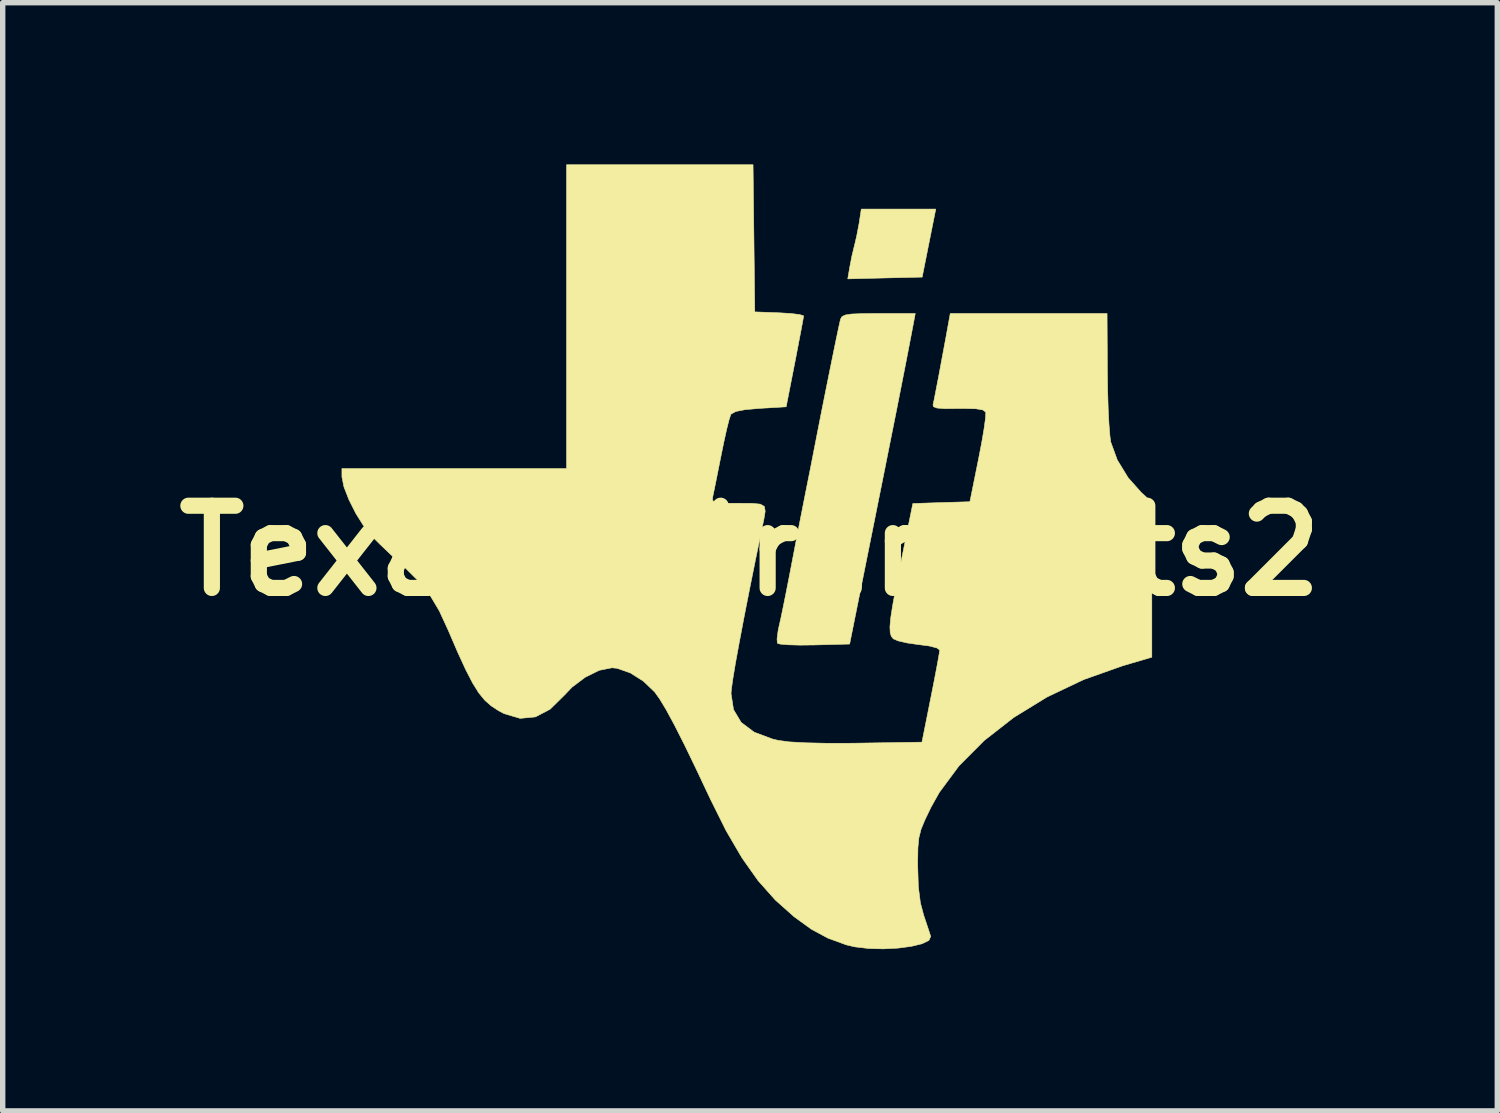
<source format=kicad_pcb>
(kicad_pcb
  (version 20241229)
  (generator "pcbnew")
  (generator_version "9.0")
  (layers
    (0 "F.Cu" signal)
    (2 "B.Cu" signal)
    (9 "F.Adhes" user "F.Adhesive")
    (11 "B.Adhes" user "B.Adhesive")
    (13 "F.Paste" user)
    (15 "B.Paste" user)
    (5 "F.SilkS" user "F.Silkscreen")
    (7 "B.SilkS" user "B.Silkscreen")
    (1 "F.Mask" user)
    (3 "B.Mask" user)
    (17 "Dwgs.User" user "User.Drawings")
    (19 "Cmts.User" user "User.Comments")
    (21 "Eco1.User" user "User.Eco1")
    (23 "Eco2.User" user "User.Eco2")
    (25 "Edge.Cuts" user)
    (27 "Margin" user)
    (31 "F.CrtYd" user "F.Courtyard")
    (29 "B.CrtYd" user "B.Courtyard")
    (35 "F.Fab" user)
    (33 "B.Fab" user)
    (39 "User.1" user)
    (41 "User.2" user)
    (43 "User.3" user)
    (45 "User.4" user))
  (footprint "TexasInstruments2"
    (layer "F.Cu")
    (at 10.857 7.162)
    (property "Reference" "TexasInstruments2" (at 0 0 0) (layer "F.SilkS") (effects (font (size 1.524 1.524) (thickness 0.3))))
    (attr through_hole)
    (fp_poly (pts (xy 3.318 -5.705) (xy 3.192 -5.074) (xy 2.502 -5.058) (xy 1.812 -5.041) (xy 1.85 -5.263) (xy 1.889 -5.465) (xy 1.934 -5.652) (xy 1.937 -5.661) (xy 1.978 -5.837) (xy 2.018 -6.046) (xy 2.025 -6.086) (xy 2.063 -6.335) (xy 3.444 -6.335) (xy 3.318 -5.705)) (stroke (width 0.01) (type solid)) (fill yes) (layer "F.SilkS"))
    (fp_poly (pts (xy 3.034 -4.238) (xy 2.991 -4.013) (xy 2.94 -3.748) (xy 2.879 -3.433) (xy 2.805 -3.057) (xy 2.717 -2.609) (xy 2.611 -2.08) (xy 2.487 -1.458) (xy 2.341 -0.732) (xy 2.33 -0.675) (xy 1.847 1.73) (xy 1.192 1.747) (xy 0.927 1.75) (xy 0.708 1.744) (xy 0.559 1.731) (xy 0.507 1.715) (xy 0.501 1.632) (xy 0.521 1.481) (xy 0.537 1.405) (xy 0.57 1.259) (xy 0.608 1.077) (xy 0.656 0.84) (xy 0.717 0.532) (xy 0.793 0.137) (xy 0.853 -0.176) (xy 0.91 -0.469) (xy 0.973 -0.789) (xy 1.02 -1.027) (xy 1.075 -1.302) (xy 1.133 -1.594) (xy 1.171 -1.789) (xy 1.24 -2.142) (xy 1.314 -2.52) (xy 1.391 -2.905) (xy 1.466 -3.277) (xy 1.535 -3.618) (xy 1.595 -3.91) (xy 1.642 -4.133) (xy 1.672 -4.268) (xy 1.679 -4.297) (xy 1.705 -4.341) (xy 1.765 -4.371) (xy 1.879 -4.389) (xy 2.069 -4.397) (xy 2.353 -4.4) (xy 2.386 -4.4) (xy 3.064 -4.4) (xy 3.034 -4.238)) (stroke (width 0.01) (type solid)) (fill yes) (layer "F.SilkS"))
    (fp_poly (pts (xy 0.072 -5.793) (xy 0.088 -4.429) (xy 0.543 -4.412) (xy 0.756 -4.399) (xy 0.915 -4.38) (xy 0.991 -4.358) (xy 0.994 -4.353) (xy 0.982 -4.283) (xy 0.952 -4.121) (xy 0.907 -3.886) (xy 0.853 -3.602) (xy 0.831 -3.49) (xy 0.67 -2.669) (xy 0.18 -2.64) (xy -0.093 -2.616) (xy -0.264 -2.582) (xy -0.349 -2.535) (xy -0.358 -2.522) (xy -0.388 -2.431) (xy -0.433 -2.253) (xy -0.486 -2.013) (xy -0.532 -1.789) (xy -0.587 -1.515) (xy -0.635 -1.273) (xy -0.672 -1.092) (xy -0.689 -1.012) (xy -0.697 -0.948) (xy -0.675 -0.909) (xy -0.599 -0.889) (xy -0.449 -0.881) (xy -0.212 -0.88) (xy 0.039 -0.879) (xy 0.192 -0.864) (xy 0.267 -0.82) (xy 0.281 -0.731) (xy 0.256 -0.579) (xy 0.239 -0.499) (xy 0.108 0.134) (xy -0.01 0.719) (xy -0.114 1.247) (xy -0.201 1.707) (xy -0.271 2.089) (xy -0.32 2.384) (xy -0.347 2.58) (xy -0.352 2.649) (xy -0.306 2.946) (xy -0.164 3.183) (xy 0.077 3.364) (xy 0.419 3.492) (xy 0.528 3.517) (xy 0.729 3.544) (xy 1.034 3.561) (xy 1.431 3.57) (xy 1.906 3.569) (xy 2.019 3.567) (xy 3.188 3.549) (xy 3.352 2.728) (xy 3.411 2.429) (xy 3.461 2.169) (xy 3.497 1.971) (xy 3.516 1.857) (xy 3.518 1.842) (xy 3.464 1.802) (xy 3.319 1.765) (xy 3.132 1.741) (xy 2.919 1.711) (xy 2.746 1.671) (xy 2.657 1.633) (xy 2.62 1.588) (xy 2.599 1.519) (xy 2.594 1.411) (xy 2.608 1.25) (xy 2.643 1.023) (xy 2.699 0.716) (xy 2.778 0.313) (xy 2.82 0.105) (xy 3.019 -0.876) (xy 3.548 -0.893) (xy 4.077 -0.909) (xy 4.237 -1.701) (xy 4.294 -1.996) (xy 4.338 -2.253) (xy 4.365 -2.448) (xy 4.372 -2.558) (xy 4.37 -2.57) (xy 4.317 -2.611) (xy 4.186 -2.633) (xy 3.96 -2.638) (xy 3.857 -2.637) (xy 3.613 -2.635) (xy 3.467 -2.646) (xy 3.401 -2.671) (xy 3.393 -2.706) (xy 3.415 -2.808) (xy 3.453 -3.003) (xy 3.504 -3.267) (xy 3.562 -3.58) (xy 3.625 -3.917) (xy 3.646 -4.033) (xy 3.713 -4.4) (xy 6.62 -4.4) (xy 6.626 -3.336) (xy 6.631 -2.974) (xy 6.641 -2.635) (xy 6.656 -2.343) (xy 6.674 -2.122) (xy 6.689 -2.014) (xy 6.81 -1.683) (xy 7.011 -1.354) (xy 7.254 -1.081) (xy 7.45 -0.901) (xy 7.45 1.974) (xy 6.907 2.134) (xy 6.185 2.39) (xy 5.508 2.712) (xy 4.889 3.092) (xy 4.341 3.52) (xy 3.876 3.987) (xy 3.509 4.482) (xy 3.357 4.754) (xy 3.244 4.988) (xy 3.171 5.164) (xy 3.131 5.323) (xy 3.113 5.506) (xy 3.109 5.753) (xy 3.109 5.844) (xy 3.121 6.229) (xy 3.159 6.529) (xy 3.218 6.752) (xy 3.281 6.941) (xy 3.331 7.092) (xy 3.35 7.152) (xy 3.317 7.225) (xy 3.19 7.287) (xy 2.992 7.335) (xy 2.746 7.368) (xy 2.474 7.382) (xy 2.199 7.375) (xy 1.945 7.345) (xy 1.789 7.309) (xy 1.446 7.184) (xy 1.139 7.019) (xy 0.818 6.787) (xy 0.469 6.476) (xy 0.15 6.118) (xy -0.149 5.695) (xy -0.443 5.192) (xy -0.737 4.601) (xy -0.999 4.046) (xy -1.219 3.591) (xy -1.403 3.228) (xy -1.554 2.949) (xy -1.676 2.747) (xy -1.768 2.619) (xy -1.977 2.419) (xy -2.221 2.265) (xy -2.463 2.18) (xy -2.56 2.17) (xy -2.796 2.217) (xy -3.055 2.345) (xy -3.302 2.531) (xy -3.442 2.678) (xy -3.706 2.938) (xy -3.979 3.081) (xy -4.263 3.108) (xy -4.561 3.02) (xy -4.663 2.966) (xy -4.8 2.876) (xy -4.919 2.771) (xy -5.031 2.634) (xy -5.146 2.449) (xy -5.273 2.202) (xy -5.423 1.876) (xy -5.596 1.474) (xy -5.761 1.116) (xy -5.93 0.832) (xy -6.13 0.58) (xy -6.391 0.32) (xy -6.452 0.265) (xy -6.653 0.079) (xy -6.858 -0.116) (xy -7.004 -0.261) (xy -7.156 -0.448) (xy -7.307 -0.688) (xy -7.437 -0.946) (xy -7.53 -1.185) (xy -7.567 -1.37) (xy -7.567 -1.377) (xy -7.567 -1.525) (xy -3.402 -1.525) (xy -3.402 -7.157) (xy 0.056 -7.157) (xy 0.072 -5.793)) (stroke (width 0.01) (type solid)) (fill yes) (layer "F.SilkS")))
  (gr_rect
    (start -3 -3)
    (end 24.713 17.548)
    (stroke (width 0.1) (type default))
    (fill no)
    (layer "Edge.Cuts")))
</source>
